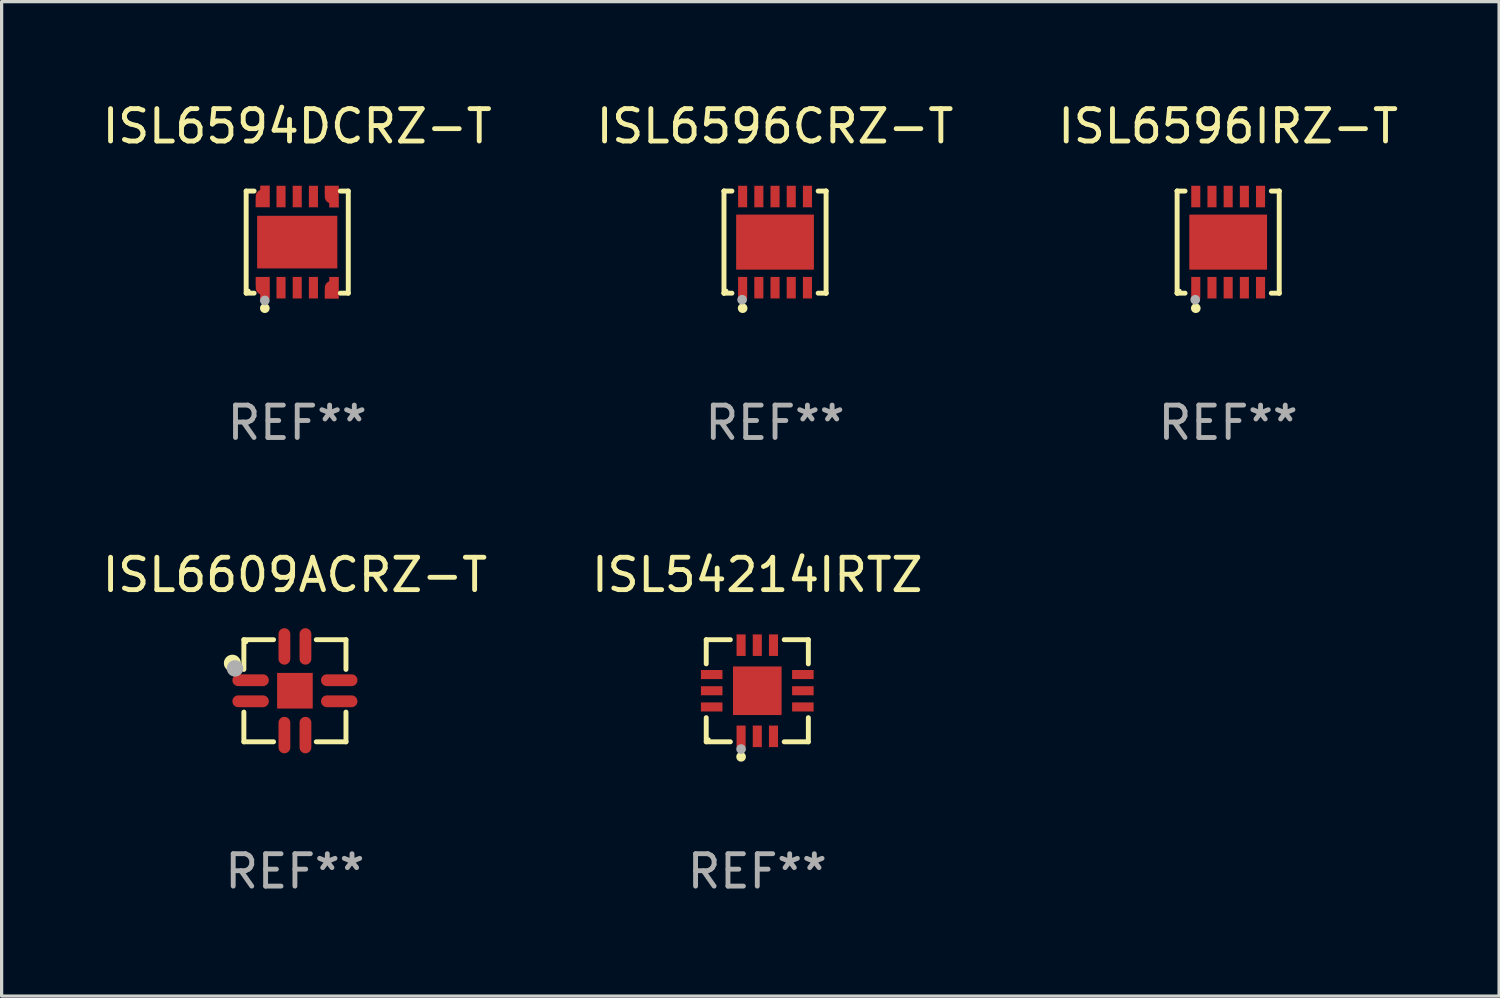
<source format=kicad_pcb>
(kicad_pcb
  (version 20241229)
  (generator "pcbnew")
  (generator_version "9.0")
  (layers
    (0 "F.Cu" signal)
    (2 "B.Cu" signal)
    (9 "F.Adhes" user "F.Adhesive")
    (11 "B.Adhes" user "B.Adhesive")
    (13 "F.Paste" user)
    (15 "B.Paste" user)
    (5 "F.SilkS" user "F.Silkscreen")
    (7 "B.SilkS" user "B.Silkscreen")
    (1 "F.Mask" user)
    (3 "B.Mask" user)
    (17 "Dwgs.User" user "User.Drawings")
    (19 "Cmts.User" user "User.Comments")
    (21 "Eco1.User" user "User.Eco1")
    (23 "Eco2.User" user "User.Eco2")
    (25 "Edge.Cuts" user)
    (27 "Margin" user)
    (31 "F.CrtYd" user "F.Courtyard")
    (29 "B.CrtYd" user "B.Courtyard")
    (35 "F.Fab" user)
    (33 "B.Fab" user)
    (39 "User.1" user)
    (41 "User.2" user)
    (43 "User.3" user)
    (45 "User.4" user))
  (footprint "ISL6594DCRZ-T"
    (layer "F.Cu")
    (at 6.125 4.424)
    (property "Reference" "ISL6594DCRZ-T" (at 0 -3.576 0) (layer "F.SilkS") (effects (font (size 1 1) (thickness 0.15))))
    (attr through_hole)
    (fp_line (start -1.576 -1.576) (end -1.331 -1.576) (stroke (width 0.152) (type solid)) (layer "F.SilkS"))
    (fp_line (start -1.576 1.576) (end -1.576 -1.576) (stroke (width 0.152) (type solid)) (layer "F.SilkS"))
    (fp_line (start -1.331 1.576) (end -1.576 1.576) (stroke (width 0.152) (type solid)) (layer "F.SilkS"))
    (fp_line (start 1.331 1.576) (end 1.576 1.576) (stroke (width 0.152) (type solid)) (layer "F.SilkS"))
    (fp_line (start 1.576 -1.576) (end 1.331 -1.576) (stroke (width 0.152) (type solid)) (layer "F.SilkS"))
    (fp_line (start 1.576 1.576) (end 1.576 -1.576) (stroke (width 0.152) (type solid)) (layer "F.SilkS"))
    (fp_circle (center -1.5 1.5) (end -1.47 1.5) (stroke (width 0.06) (type solid)) (fill no) (layer "F.SilkS"))
    (fp_circle (center -1 2.04) (end -0.925 2.04) (stroke (width 0.15) (type solid)) (fill no) (layer "F.SilkS"))
    (fp_circle (center -1 1.8) (end -0.925 1.8) (stroke (width 0.15) (type solid)) (fill no) (layer "F.Fab"))
    (fp_text user "REF**" (at 0 5.576 0) (layer "F.Fab") (effects (font (size 1 1) (thickness 0.15))))
    (pad "1" smd custom (at -1.066 1.41) (size 0.435 0.67) (layers "F.Cu" "F.Mask" "F.Paste") (options (anchor circle)) (primitives (gr_poly (pts (xy 0.218 -0.335) (xy -0.217 -0.335) (xy -0.217 -0.055) (xy -0.077 -0.055) (xy -0.077 0.335) (xy 0.218 0.335)) (width 0) (fill yes))))
    (pad "2" smd rect (at -0.5 1.407) (size 0.28 0.665) (layers "F.Cu" "F.Mask" "F.Paste"))
    (pad "3" smd rect (at 0 1.407) (size 0.28 0.665) (layers "F.Cu" "F.Mask" "F.Paste"))
    (pad "4" smd rect (at 0.5 1.407) (size 0.28 0.665) (layers "F.Cu" "F.Mask" "F.Paste"))
    (pad "5" smd custom (at 1.066 1.41 180) (size 0.435 0.67) (layers "F.Cu" "F.Mask" "F.Paste") (options (anchor circle)) (primitives (gr_poly (pts (xy -0.218 -0.335) (xy 0.217 -0.335) (xy 0.217 -0.055) (xy 0.077 -0.055) (xy 0.077 0.335) (xy -0.218 0.335)) (width 0) (fill yes))))
    (pad "6" smd custom (at 1.066 -1.405 180) (size 0.435 0.67) (layers "F.Cu" "F.Mask" "F.Paste") (options (anchor circle)) (primitives (gr_poly (pts (xy -0.218 0.335) (xy 0.217 0.335) (xy 0.217 0.055) (xy 0.077 0.055) (xy 0.077 -0.335) (xy -0.218 -0.335)) (width 0) (fill yes))))
    (pad "7" smd rect (at 0.5 -1.407) (size 0.28 0.665) (layers "F.Cu" "F.Mask" "F.Paste"))
    (pad "8" smd rect (at 0 -1.407) (size 0.28 0.665) (layers "F.Cu" "F.Mask" "F.Paste"))
    (pad "9" smd rect (at -0.5 -1.407) (size 0.28 0.665) (layers "F.Cu" "F.Mask" "F.Paste"))
    (pad "10" smd custom (at -1.066 -1.41) (size 0.435 0.67) (layers "F.Cu" "F.Mask" "F.Paste") (options (anchor circle)) (primitives (gr_poly (pts (xy 0.218 0.335) (xy -0.218 0.335) (xy -0.218 0.055) (xy -0.077 0.055) (xy -0.077 -0.335) (xy 0.218 -0.335)) (width 0) (fill yes))))
    (pad "11" smd rect (at 0 0) (size 2.475 1.625) (layers "F.Cu" "F.Mask" "F.Paste")))
  (footprint "ISL54214IRTZ"
    (layer "F.Cu")
    (at 20.327 18.273)
    (property "Reference" "ISL54214IRTZ" (at 0 -3.576 0) (layer "F.SilkS") (effects (font (size 1 1) (thickness 0.15))))
    (attr through_hole)
    (fp_line (start -1.576 -1.576) (end -0.831 -1.576) (stroke (width 0.152) (type solid)) (layer "F.SilkS"))
    (fp_line (start -1.576 -0.831) (end -1.576 -1.576) (stroke (width 0.152) (type solid)) (layer "F.SilkS"))
    (fp_line (start -1.576 0.831) (end -1.576 1.576) (stroke (width 0.152) (type solid)) (layer "F.SilkS"))
    (fp_line (start -1.576 1.576) (end -0.831 1.576) (stroke (width 0.152) (type solid)) (layer "F.SilkS"))
    (fp_line (start 1.576 -1.576) (end 0.831 -1.576) (stroke (width 0.152) (type solid)) (layer "F.SilkS"))
    (fp_line (start 1.576 -0.831) (end 1.576 -1.576) (stroke (width 0.152) (type solid)) (layer "F.SilkS"))
    (fp_line (start 1.576 0.831) (end 1.576 1.576) (stroke (width 0.152) (type solid)) (layer "F.SilkS"))
    (fp_line (start 1.576 1.576) (end 0.831 1.576) (stroke (width 0.152) (type solid)) (layer "F.SilkS"))
    (fp_circle (center -1.5 1.5) (end -1.47 1.5) (stroke (width 0.06) (type solid)) (fill no) (layer "F.SilkS"))
    (fp_circle (center -0.5 2.04) (end -0.425 2.04) (stroke (width 0.15) (type solid)) (fill no) (layer "F.SilkS"))
    (fp_circle (center -0.5 1.8) (end -0.425 1.8) (stroke (width 0.15) (type solid)) (fill no) (layer "F.Fab"))
    (fp_text user "REF**" (at 0 5.576 0) (layer "F.Fab") (effects (font (size 1 1) (thickness 0.15))))
    (pad "1" smd rect (at -0.5 1.407) (size 0.28 0.665) (layers "F.Cu" "F.Mask" "F.Paste"))
    (pad "2" smd rect (at 0 1.407) (size 0.28 0.665) (layers "F.Cu" "F.Mask" "F.Paste"))
    (pad "3" smd rect (at 0.5 1.407) (size 0.28 0.665) (layers "F.Cu" "F.Mask" "F.Paste"))
    (pad "4" smd rect (at 1.407 0.5) (size 0.665 0.28) (layers "F.Cu" "F.Mask" "F.Paste"))
    (pad "5" smd rect (at 1.407 0) (size 0.665 0.28) (layers "F.Cu" "F.Mask" "F.Paste"))
    (pad "6" smd rect (at 1.407 -0.5) (size 0.665 0.28) (layers "F.Cu" "F.Mask" "F.Paste"))
    (pad "7" smd rect (at 0.5 -1.407) (size 0.28 0.665) (layers "F.Cu" "F.Mask" "F.Paste"))
    (pad "8" smd rect (at 0 -1.407) (size 0.28 0.665) (layers "F.Cu" "F.Mask" "F.Paste"))
    (pad "9" smd rect (at -0.5 -1.407) (size 0.28 0.665) (layers "F.Cu" "F.Mask" "F.Paste"))
    (pad "10" smd rect (at -1.407 -0.5) (size 0.665 0.28) (layers "F.Cu" "F.Mask" "F.Paste"))
    (pad "11" smd rect (at -1.407 0) (size 0.665 0.28) (layers "F.Cu" "F.Mask" "F.Paste"))
    (pad "12" smd rect (at -1.407 0.5) (size 0.665 0.28) (layers "F.Cu" "F.Mask" "F.Paste"))
    (pad "13" smd rect (at 0 0) (size 1.5 1.5) (layers "F.Cu" "F.Mask" "F.Paste")))
  (footprint "ISL6596CRZ-T"
    (layer "F.Cu")
    (at 20.875 4.424)
    (property "Reference" "ISL6596CRZ-T" (at 0 -3.576 0) (layer "F.SilkS") (effects (font (size 1 1) (thickness 0.15))))
    (attr through_hole)
    (fp_line (start -1.576 -1.576) (end -1.576 -1.576) (stroke (width 0.152) (type solid)) (layer "F.SilkS"))
    (fp_line (start -1.576 -1.576) (end -1.331 -1.576) (stroke (width 0.152) (type solid)) (layer "F.SilkS"))
    (fp_line (start -1.576 1.576) (end -1.576 -1.576) (stroke (width 0.152) (type solid)) (layer "F.SilkS"))
    (fp_line (start -1.576 1.576) (end -1.576 1.576) (stroke (width 0.152) (type solid)) (layer "F.SilkS"))
    (fp_line (start -1.331 1.576) (end -1.576 1.576) (stroke (width 0.152) (type solid)) (layer "F.SilkS"))
    (fp_line (start 1.331 1.576) (end 1.576 1.576) (stroke (width 0.152) (type solid)) (layer "F.SilkS"))
    (fp_line (start 1.576 -1.576) (end 1.331 -1.576) (stroke (width 0.152) (type solid)) (layer "F.SilkS"))
    (fp_line (start 1.576 -1.576) (end 1.576 -1.576) (stroke (width 0.152) (type solid)) (layer "F.SilkS"))
    (fp_line (start 1.576 1.576) (end 1.576 -1.576) (stroke (width 0.152) (type solid)) (layer "F.SilkS"))
    (fp_line (start 1.576 1.576) (end 1.576 1.576) (stroke (width 0.152) (type solid)) (layer "F.SilkS"))
    (fp_circle (center -1.5 1.5) (end -1.47 1.5) (stroke (width 0.06) (type solid)) (fill no) (layer "F.SilkS"))
    (fp_circle (center -1 2.04) (end -0.925 2.04) (stroke (width 0.15) (type solid)) (fill no) (layer "F.SilkS"))
    (fp_circle (center -1.016 1.778) (end -0.941 1.778) (stroke (width 0.15) (type solid)) (fill no) (layer "F.Fab"))
    (fp_text user "REF**" (at 0 5.576 0) (layer "F.Fab") (effects (font (size 1 1) (thickness 0.15))))
    (pad "1" smd rect (at -1 1.407) (size 0.28 0.665) (layers "F.Cu" "F.Mask" "F.Paste"))
    (pad "2" smd rect (at -0.5 1.407) (size 0.28 0.665) (layers "F.Cu" "F.Mask" "F.Paste"))
    (pad "3" smd rect (at 0 1.407) (size 0.28 0.665) (layers "F.Cu" "F.Mask" "F.Paste"))
    (pad "4" smd rect (at 0.5 1.407) (size 0.28 0.665) (layers "F.Cu" "F.Mask" "F.Paste"))
    (pad "5" smd rect (at 1 1.407) (size 0.28 0.665) (layers "F.Cu" "F.Mask" "F.Paste"))
    (pad "6" smd rect (at 1 -1.407) (size 0.28 0.665) (layers "F.Cu" "F.Mask" "F.Paste"))
    (pad "7" smd rect (at 0.5 -1.407) (size 0.28 0.665) (layers "F.Cu" "F.Mask" "F.Paste"))
    (pad "8" smd rect (at 0 -1.407) (size 0.28 0.665) (layers "F.Cu" "F.Mask" "F.Paste"))
    (pad "9" smd rect (at -0.5 -1.407) (size 0.28 0.665) (layers "F.Cu" "F.Mask" "F.Paste"))
    (pad "10" smd rect (at -1 -1.407) (size 0.28 0.665) (layers "F.Cu" "F.Mask" "F.Paste"))
    (pad "11" smd rect (at 0 0) (size 2.4 1.7) (layers "F.Cu" "F.Mask" "F.Paste")))
  (footprint "ISL6609ACRZ-T"
    (layer "F.Cu")
    (at 6.054 18.273)
    (property "Reference" "ISL6609ACRZ-T" (at 0 -3.576 0) (layer "F.SilkS") (effects (font (size 1 1) (thickness 0.15))))
    (attr through_hole)
    (fp_line (start -1.576 -1.576) (end -0.659 -1.576) (stroke (width 0.152) (type solid)) (layer "F.SilkS"))
    (fp_line (start -1.576 -0.659) (end -1.576 -1.576) (stroke (width 0.152) (type solid)) (layer "F.SilkS"))
    (fp_line (start -1.576 0.659) (end -1.576 1.576) (stroke (width 0.152) (type solid)) (layer "F.SilkS"))
    (fp_line (start -1.576 1.576) (end -0.659 1.576) (stroke (width 0.152) (type solid)) (layer "F.SilkS"))
    (fp_line (start 1.576 -1.576) (end 0.659 -1.576) (stroke (width 0.152) (type solid)) (layer "F.SilkS"))
    (fp_line (start 1.576 -0.659) (end 1.576 -1.576) (stroke (width 0.152) (type solid)) (layer "F.SilkS"))
    (fp_line (start 1.576 0.659) (end 1.576 1.576) (stroke (width 0.152) (type solid)) (layer "F.SilkS"))
    (fp_line (start 1.576 1.576) (end 0.659 1.576) (stroke (width 0.152) (type solid)) (layer "F.SilkS"))
    (fp_circle (center -1.93 -0.85) (end -1.794 -0.85) (stroke (width 0.254) (type solid)) (fill no) (layer "F.SilkS"))
    (fp_circle (center -1.5 -1.5) (end -1.47 -1.5) (stroke (width 0.06) (type solid)) (fill no) (layer "F.SilkS"))
    (fp_circle (center -1.85 -0.69) (end -1.723 -0.69) (stroke (width 0.254) (type solid)) (fill no) (layer "F.Fab"))
    (fp_text user "REF**" (at 0 5.576 0) (layer "F.Fab") (effects (font (size 1 1) (thickness 0.15))))
    (pad "1" smd oval (at -1.368 -0.325) (size 1.125 0.364) (layers "F.Cu" "F.Mask" "F.Paste"))
    (pad "2" smd oval (at -1.368 0.325) (size 1.125 0.364) (layers "F.Cu" "F.Mask" "F.Paste"))
    (pad "3" smd oval (at -0.325 1.368) (size 0.364 1.125) (layers "F.Cu" "F.Mask" "F.Paste"))
    (pad "4" smd oval (at 0.325 1.368) (size 0.364 1.125) (layers "F.Cu" "F.Mask" "F.Paste"))
    (pad "5" smd oval (at 1.368 0.325) (size 1.125 0.364) (layers "F.Cu" "F.Mask" "F.Paste"))
    (pad "6" smd oval (at 1.368 -0.325) (size 1.125 0.364) (layers "F.Cu" "F.Mask" "F.Paste"))
    (pad "7" smd oval (at 0.325 -1.368) (size 0.364 1.125) (layers "F.Cu" "F.Mask" "F.Paste"))
    (pad "8" smd oval (at -0.325 -1.368) (size 0.364 1.125) (layers "F.Cu" "F.Mask" "F.Paste"))
    (pad "9" smd rect (at 0 0) (size 1.1 1.1) (layers "F.Cu" "F.Mask" "F.Paste")))
  (footprint "ISL6596IRZ-T"
    (layer "F.Cu")
    (at 34.863 4.424)
    (property "Reference" "ISL6596IRZ-T" (at 0 -3.576 0) (layer "F.SilkS") (effects (font (size 1 1) (thickness 0.15))))
    (attr through_hole)
    (fp_line (start -1.576 -1.576) (end -1.576 -1.576) (stroke (width 0.152) (type solid)) (layer "F.SilkS"))
    (fp_line (start -1.576 -1.576) (end -1.331 -1.576) (stroke (width 0.152) (type solid)) (layer "F.SilkS"))
    (fp_line (start -1.576 1.576) (end -1.576 -1.576) (stroke (width 0.152) (type solid)) (layer "F.SilkS"))
    (fp_line (start -1.576 1.576) (end -1.576 1.576) (stroke (width 0.152) (type solid)) (layer "F.SilkS"))
    (fp_line (start -1.331 1.576) (end -1.576 1.576) (stroke (width 0.152) (type solid)) (layer "F.SilkS"))
    (fp_line (start 1.331 1.576) (end 1.576 1.576) (stroke (width 0.152) (type solid)) (layer "F.SilkS"))
    (fp_line (start 1.576 -1.576) (end 1.331 -1.576) (stroke (width 0.152) (type solid)) (layer "F.SilkS"))
    (fp_line (start 1.576 -1.576) (end 1.576 -1.576) (stroke (width 0.152) (type solid)) (layer "F.SilkS"))
    (fp_line (start 1.576 1.576) (end 1.576 -1.576) (stroke (width 0.152) (type solid)) (layer "F.SilkS"))
    (fp_line (start 1.576 1.576) (end 1.576 1.576) (stroke (width 0.152) (type solid)) (layer "F.SilkS"))
    (fp_circle (center -1.5 1.5) (end -1.47 1.5) (stroke (width 0.06) (type solid)) (fill no) (layer "F.SilkS"))
    (fp_circle (center -1 2.04) (end -0.925 2.04) (stroke (width 0.15) (type solid)) (fill no) (layer "F.SilkS"))
    (fp_circle (center -1.016 1.778) (end -0.941 1.778) (stroke (width 0.15) (type solid)) (fill no) (layer "F.Fab"))
    (fp_text user "REF**" (at 0 5.576 0) (layer "F.Fab") (effects (font (size 1 1) (thickness 0.15))))
    (pad "1" smd rect (at -1 1.407) (size 0.28 0.665) (layers "F.Cu" "F.Mask" "F.Paste"))
    (pad "2" smd rect (at -0.5 1.407) (size 0.28 0.665) (layers "F.Cu" "F.Mask" "F.Paste"))
    (pad "3" smd rect (at 0 1.407) (size 0.28 0.665) (layers "F.Cu" "F.Mask" "F.Paste"))
    (pad "4" smd rect (at 0.5 1.407) (size 0.28 0.665) (layers "F.Cu" "F.Mask" "F.Paste"))
    (pad "5" smd rect (at 1 1.407) (size 0.28 0.665) (layers "F.Cu" "F.Mask" "F.Paste"))
    (pad "6" smd rect (at 1 -1.407) (size 0.28 0.665) (layers "F.Cu" "F.Mask" "F.Paste"))
    (pad "7" smd rect (at 0.5 -1.407) (size 0.28 0.665) (layers "F.Cu" "F.Mask" "F.Paste"))
    (pad "8" smd rect (at 0 -1.407) (size 0.28 0.665) (layers "F.Cu" "F.Mask" "F.Paste"))
    (pad "9" smd rect (at -0.5 -1.407) (size 0.28 0.665) (layers "F.Cu" "F.Mask" "F.Paste"))
    (pad "10" smd rect (at -1 -1.407) (size 0.28 0.665) (layers "F.Cu" "F.Mask" "F.Paste"))
    (pad "11" smd rect (at 0 0) (size 2.4 1.7) (layers "F.Cu" "F.Mask" "F.Paste")))
  (gr_rect
    (start -3 -3)
    (end 43.226 27.698)
    (stroke (width 0.1) (type default))
    (fill no)
    (layer "Edge.Cuts")))
</source>
